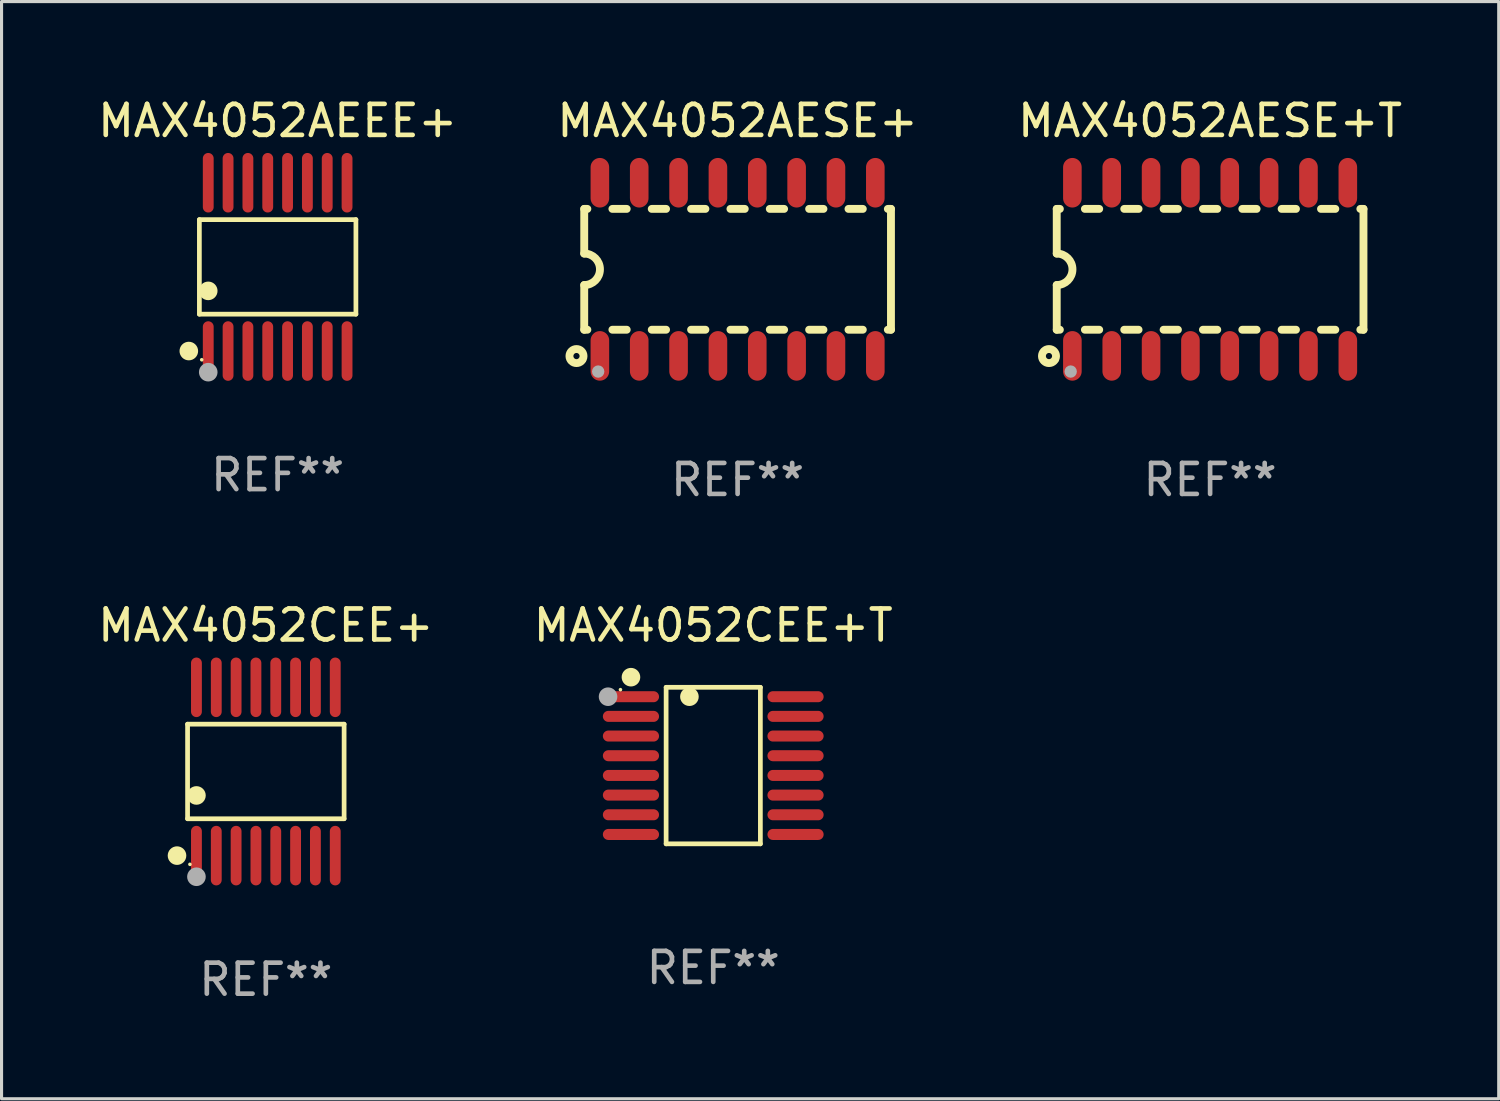
<source format=kicad_pcb>
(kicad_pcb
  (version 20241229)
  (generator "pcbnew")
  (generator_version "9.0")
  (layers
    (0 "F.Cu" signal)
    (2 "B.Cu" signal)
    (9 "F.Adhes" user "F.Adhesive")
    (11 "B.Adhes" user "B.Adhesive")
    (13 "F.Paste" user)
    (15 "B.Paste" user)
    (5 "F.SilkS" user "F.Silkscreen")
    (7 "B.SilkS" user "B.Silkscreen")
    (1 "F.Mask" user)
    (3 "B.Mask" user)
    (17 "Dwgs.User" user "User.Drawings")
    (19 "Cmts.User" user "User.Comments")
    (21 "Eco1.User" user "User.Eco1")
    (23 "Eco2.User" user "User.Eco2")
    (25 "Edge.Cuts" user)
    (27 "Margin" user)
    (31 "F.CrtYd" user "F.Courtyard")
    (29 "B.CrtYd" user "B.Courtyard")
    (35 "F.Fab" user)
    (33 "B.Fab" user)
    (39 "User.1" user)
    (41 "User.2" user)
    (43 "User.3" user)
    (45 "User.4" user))
  (footprint "MAX4052CEE+T"
    (layer "F.Cu")
    (at 19.97 21.659)
    (property "Reference" "MAX4052CEE+T" (at 0 -4.526 0) (layer "F.SilkS") (effects (font (size 1 1) (thickness 0.15))))
    (attr through_hole)
    (fp_line (start -1.521 -2.526) (end 1.521 -2.526) (stroke (width 0.152) (type solid)) (layer "F.SilkS"))
    (fp_line (start -1.521 2.526) (end -1.521 -2.526) (stroke (width 0.152) (type solid)) (layer "F.SilkS"))
    (fp_line (start 1.521 -2.526) (end 1.521 2.526) (stroke (width 0.152) (type solid)) (layer "F.SilkS"))
    (fp_line (start 1.521 2.526) (end -1.521 2.526) (stroke (width 0.152) (type solid)) (layer "F.SilkS"))
    (fp_circle (center -2.995 -2.45) (end -2.965 -2.45) (stroke (width 0.06) (type solid)) (fill no) (layer "F.SilkS"))
    (fp_circle (center -2.656 -2.853) (end -2.506 -2.853) (stroke (width 0.3) (type solid)) (fill no) (layer "F.SilkS"))
    (fp_circle (center -0.769 -2.223) (end -0.619 -2.223) (stroke (width 0.3) (type solid)) (fill no) (layer "F.SilkS"))
    (fp_circle (center -3.395 -2.223) (end -3.245 -2.223) (stroke (width 0.3) (type solid)) (fill no) (layer "F.Fab"))
    (fp_text user "REF**" (at 0 6.526 0) (layer "F.Fab") (effects (font (size 1 1) (thickness 0.15))))
    (pad "1" smd oval (at -2.656 -2.223 270) (size 0.356 1.813) (layers "F.Cu" "F.Mask" "F.Paste"))
    (pad "2" smd oval (at -2.656 -1.588 270) (size 0.356 1.813) (layers "F.Cu" "F.Mask" "F.Paste"))
    (pad "3" smd oval (at -2.656 -0.953 270) (size 0.356 1.813) (layers "F.Cu" "F.Mask" "F.Paste"))
    (pad "4" smd oval (at -2.656 -0.318 270) (size 0.356 1.813) (layers "F.Cu" "F.Mask" "F.Paste"))
    (pad "5" smd oval (at -2.656 0.318 270) (size 0.356 1.813) (layers "F.Cu" "F.Mask" "F.Paste"))
    (pad "6" smd oval (at -2.656 0.953 270) (size 0.356 1.813) (layers "F.Cu" "F.Mask" "F.Paste"))
    (pad "7" smd oval (at -2.656 1.588 270) (size 0.356 1.813) (layers "F.Cu" "F.Mask" "F.Paste"))
    (pad "8" smd oval (at -2.656 2.223 270) (size 0.356 1.813) (layers "F.Cu" "F.Mask" "F.Paste"))
    (pad "9" smd oval (at 2.656 2.223 270) (size 0.356 1.813) (layers "F.Cu" "F.Mask" "F.Paste"))
    (pad "10" smd oval (at 2.656 1.588 270) (size 0.356 1.813) (layers "F.Cu" "F.Mask" "F.Paste"))
    (pad "11" smd oval (at 2.656 0.953 270) (size 0.356 1.813) (layers "F.Cu" "F.Mask" "F.Paste"))
    (pad "12" smd oval (at 2.656 0.318 270) (size 0.356 1.813) (layers "F.Cu" "F.Mask" "F.Paste"))
    (pad "13" smd oval (at 2.656 -0.318 270) (size 0.356 1.813) (layers "F.Cu" "F.Mask" "F.Paste"))
    (pad "14" smd oval (at 2.656 -0.953 270) (size 0.356 1.813) (layers "F.Cu" "F.Mask" "F.Paste"))
    (pad "15" smd oval (at 2.656 -1.588 270) (size 0.356 1.813) (layers "F.Cu" "F.Mask" "F.Paste"))
    (pad "16" smd oval (at 2.656 -2.223 270) (size 0.356 1.813) (layers "F.Cu" "F.Mask" "F.Paste")))
  (footprint "MAX4052AESE+"
    (layer "F.Cu")
    (at 20.756 5.642)
    (property "Reference" "MAX4052AESE+" (at 0 -4.794 0) (layer "F.SilkS") (effects (font (size 1 1) (thickness 0.15))))
    (attr through_hole)
    (fp_line (start -4.95 -1.95) (end -4.95 -0.508) (stroke (width 0.254) (type solid)) (layer "F.SilkS"))
    (fp_line (start -4.95 -1.95) (end -4.849 -1.95) (stroke (width 0.254) (type solid)) (layer "F.SilkS"))
    (fp_line (start -4.95 1.95) (end -4.95 0.508) (stroke (width 0.254) (type solid)) (layer "F.SilkS"))
    (fp_line (start -4.95 1.95) (end -4.849 1.95) (stroke (width 0.254) (type solid)) (layer "F.SilkS"))
    (fp_line (start -4.041 -1.95) (end -3.579 -1.95) (stroke (width 0.254) (type solid)) (layer "F.SilkS"))
    (fp_line (start -4.041 1.95) (end -3.579 1.95) (stroke (width 0.254) (type solid)) (layer "F.SilkS"))
    (fp_line (start -2.771 -1.95) (end -2.309 -1.95) (stroke (width 0.254) (type solid)) (layer "F.SilkS"))
    (fp_line (start -2.771 1.95) (end -2.309 1.95) (stroke (width 0.254) (type solid)) (layer "F.SilkS"))
    (fp_line (start -1.501 -1.95) (end -1.039 -1.95) (stroke (width 0.254) (type solid)) (layer "F.SilkS"))
    (fp_line (start -1.501 1.95) (end -1.039 1.95) (stroke (width 0.254) (type solid)) (layer "F.SilkS"))
    (fp_line (start -0.231 -1.95) (end 0.231 -1.95) (stroke (width 0.254) (type solid)) (layer "F.SilkS"))
    (fp_line (start -0.231 1.95) (end 0.231 1.95) (stroke (width 0.254) (type solid)) (layer "F.SilkS"))
    (fp_line (start 1.039 -1.95) (end 1.501 -1.95) (stroke (width 0.254) (type solid)) (layer "F.SilkS"))
    (fp_line (start 1.039 1.95) (end 1.501 1.95) (stroke (width 0.254) (type solid)) (layer "F.SilkS"))
    (fp_line (start 2.309 -1.95) (end 2.771 -1.95) (stroke (width 0.254) (type solid)) (layer "F.SilkS"))
    (fp_line (start 2.309 1.95) (end 2.771 1.95) (stroke (width 0.254) (type solid)) (layer "F.SilkS"))
    (fp_line (start 3.579 -1.95) (end 4.041 -1.95) (stroke (width 0.254) (type solid)) (layer "F.SilkS"))
    (fp_line (start 3.579 1.95) (end 4.041 1.95) (stroke (width 0.254) (type solid)) (layer "F.SilkS"))
    (fp_line (start 4.849 -1.95) (end 4.95 -1.95) (stroke (width 0.254) (type solid)) (layer "F.SilkS"))
    (fp_line (start 4.849 1.95) (end 4.95 1.95) (stroke (width 0.254) (type solid)) (layer "F.SilkS"))
    (fp_line (start 4.95 -1.95) (end 4.95 1.95) (stroke (width 0.254) (type solid)) (layer "F.SilkS"))
    (fp_arc (start -4.95047 -0.508001) (mid -4.442469 -0.000228) (end -4.950013 0.508001) (stroke (width 0.254001) (type solid)) (layer "F.SilkS"))
    (fp_circle (center -5.2 2.8) (end -5.1 2.8) (stroke (width 0.254) (type solid)) (fill no) (layer "F.SilkS"))
    (fp_circle (center -4.95 2.947) (end -4.92 2.947) (stroke (width 0.06) (type solid)) (fill no) (layer "F.SilkS"))
    (fp_circle (center -4.5 3.3) (end -4.4 3.3) (stroke (width 0.2) (type solid)) (fill no) (layer "F.Fab"))
    (fp_text user "REF**" (at 0 6.794 0) (layer "F.Fab") (effects (font (size 1 1) (thickness 0.15))))
    (pad "1" smd oval (at -4.445 2.794) (size 0.6 1.6) (layers "F.Cu" "F.Mask" "F.Paste"))
    (pad "2" smd oval (at -3.175 2.794) (size 0.6 1.6) (layers "F.Cu" "F.Mask" "F.Paste"))
    (pad "3" smd oval (at -1.905 2.794) (size 0.6 1.6) (layers "F.Cu" "F.Mask" "F.Paste"))
    (pad "4" smd oval (at -0.635 2.794) (size 0.6 1.6) (layers "F.Cu" "F.Mask" "F.Paste"))
    (pad "5" smd oval (at 0.635 2.794) (size 0.6 1.6) (layers "F.Cu" "F.Mask" "F.Paste"))
    (pad "6" smd oval (at 1.905 2.794) (size 0.6 1.6) (layers "F.Cu" "F.Mask" "F.Paste"))
    (pad "7" smd oval (at 3.175 2.794) (size 0.6 1.6) (layers "F.Cu" "F.Mask" "F.Paste"))
    (pad "8" smd oval (at 4.445 2.794) (size 0.6 1.6) (layers "F.Cu" "F.Mask" "F.Paste"))
    (pad "9" smd oval (at 4.445 -2.794) (size 0.6 1.6) (layers "F.Cu" "F.Mask" "F.Paste"))
    (pad "10" smd oval (at 3.175 -2.794) (size 0.6 1.6) (layers "F.Cu" "F.Mask" "F.Paste"))
    (pad "11" smd oval (at 1.905 -2.794) (size 0.6 1.6) (layers "F.Cu" "F.Mask" "F.Paste"))
    (pad "12" smd oval (at 0.635 -2.794) (size 0.6 1.6) (layers "F.Cu" "F.Mask" "F.Paste"))
    (pad "13" smd oval (at -0.635 -2.794) (size 0.6 1.6) (layers "F.Cu" "F.Mask" "F.Paste"))
    (pad "14" smd oval (at -1.905 -2.794) (size 0.6 1.6) (layers "F.Cu" "F.Mask" "F.Paste"))
    (pad "15" smd oval (at -3.175 -2.794) (size 0.6 1.6) (layers "F.Cu" "F.Mask" "F.Paste"))
    (pad "16" smd oval (at -4.445 -2.794) (size 0.6 1.6) (layers "F.Cu" "F.Mask" "F.Paste")))
  (footprint "MAX4052CEE+"
    (layer "F.Cu")
    (at 5.53 21.849)
    (property "Reference" "MAX4052CEE+" (at 0 -4.716 0) (layer "F.SilkS") (effects (font (size 1 1) (thickness 0.15))))
    (attr through_hole)
    (fp_line (start -2.526 -1.526) (end 2.526 -1.526) (stroke (width 0.152) (type solid)) (layer "F.SilkS"))
    (fp_line (start -2.526 1.526) (end -2.526 -1.526) (stroke (width 0.152) (type solid)) (layer "F.SilkS"))
    (fp_line (start 2.526 -1.526) (end 2.526 1.526) (stroke (width 0.152) (type solid)) (layer "F.SilkS"))
    (fp_line (start 2.526 1.526) (end -2.526 1.526) (stroke (width 0.152) (type solid)) (layer "F.SilkS"))
    (fp_circle (center -2.867 2.716) (end -2.717 2.716) (stroke (width 0.3) (type solid)) (fill no) (layer "F.SilkS"))
    (fp_circle (center -2.45 2.997) (end -2.42 2.997) (stroke (width 0.06) (type solid)) (fill no) (layer "F.SilkS"))
    (fp_circle (center -2.24 0.774) (end -2.09 0.774) (stroke (width 0.3) (type solid)) (fill no) (layer "F.SilkS"))
    (fp_circle (center -2.24 3.398) (end -2.09 3.398) (stroke (width 0.3) (type solid)) (fill no) (layer "F.Fab"))
    (fp_text user "REF**" (at 0 6.716 0) (layer "F.Fab") (effects (font (size 1 1) (thickness 0.15))))
    (pad "1" smd oval (at -2.24 2.716) (size 0.35 1.922) (layers "F.Cu" "F.Mask" "F.Paste"))
    (pad "2" smd oval (at -1.6 2.716) (size 0.35 1.922) (layers "F.Cu" "F.Mask" "F.Paste"))
    (pad "3" smd oval (at -0.96 2.716) (size 0.35 1.922) (layers "F.Cu" "F.Mask" "F.Paste"))
    (pad "4" smd oval (at -0.32 2.716) (size 0.35 1.922) (layers "F.Cu" "F.Mask" "F.Paste"))
    (pad "5" smd oval (at 0.32 2.716) (size 0.35 1.922) (layers "F.Cu" "F.Mask" "F.Paste"))
    (pad "6" smd oval (at 0.96 2.716) (size 0.35 1.922) (layers "F.Cu" "F.Mask" "F.Paste"))
    (pad "7" smd oval (at 1.6 2.716) (size 0.35 1.922) (layers "F.Cu" "F.Mask" "F.Paste"))
    (pad "8" smd oval (at 2.24 2.716) (size 0.35 1.922) (layers "F.Cu" "F.Mask" "F.Paste"))
    (pad "9" smd oval (at 2.24 -2.716) (size 0.35 1.922) (layers "F.Cu" "F.Mask" "F.Paste"))
    (pad "10" smd oval (at 1.6 -2.716) (size 0.35 1.922) (layers "F.Cu" "F.Mask" "F.Paste"))
    (pad "11" smd oval (at 0.96 -2.716) (size 0.35 1.922) (layers "F.Cu" "F.Mask" "F.Paste"))
    (pad "12" smd oval (at 0.32 -2.716) (size 0.35 1.922) (layers "F.Cu" "F.Mask" "F.Paste"))
    (pad "13" smd oval (at -0.32 -2.716) (size 0.35 1.922) (layers "F.Cu" "F.Mask" "F.Paste"))
    (pad "14" smd oval (at -0.96 -2.716) (size 0.35 1.922) (layers "F.Cu" "F.Mask" "F.Paste"))
    (pad "15" smd oval (at -1.6 -2.716) (size 0.35 1.922) (layers "F.Cu" "F.Mask" "F.Paste"))
    (pad "16" smd oval (at -2.24 -2.716) (size 0.35 1.922) (layers "F.Cu" "F.Mask" "F.Paste")))
  (footprint "MAX4052AEEE+"
    (layer "F.Cu")
    (at 5.911 5.564)
    (property "Reference" "MAX4052AEEE+" (at 0 -4.716 0) (layer "F.SilkS") (effects (font (size 1 1) (thickness 0.15))))
    (attr through_hole)
    (fp_line (start -2.526 -1.526) (end 2.526 -1.526) (stroke (width 0.152) (type solid)) (layer "F.SilkS"))
    (fp_line (start -2.526 1.526) (end -2.526 -1.526) (stroke (width 0.152) (type solid)) (layer "F.SilkS"))
    (fp_line (start 2.526 -1.526) (end 2.526 1.526) (stroke (width 0.152) (type solid)) (layer "F.SilkS"))
    (fp_line (start 2.526 1.526) (end -2.526 1.526) (stroke (width 0.152) (type solid)) (layer "F.SilkS"))
    (fp_circle (center -2.867 2.716) (end -2.717 2.716) (stroke (width 0.3) (type solid)) (fill no) (layer "F.SilkS"))
    (fp_circle (center -2.45 2.997) (end -2.42 2.997) (stroke (width 0.06) (type solid)) (fill no) (layer "F.SilkS"))
    (fp_circle (center -2.24 0.774) (end -2.09 0.774) (stroke (width 0.3) (type solid)) (fill no) (layer "F.SilkS"))
    (fp_circle (center -2.24 3.398) (end -2.09 3.398) (stroke (width 0.3) (type solid)) (fill no) (layer "F.Fab"))
    (fp_text user "REF**" (at 0 6.716 0) (layer "F.Fab") (effects (font (size 1 1) (thickness 0.15))))
    (pad "1" smd oval (at -2.24 2.716) (size 0.35 1.922) (layers "F.Cu" "F.Mask" "F.Paste"))
    (pad "2" smd oval (at -1.6 2.716) (size 0.35 1.922) (layers "F.Cu" "F.Mask" "F.Paste"))
    (pad "3" smd oval (at -0.96 2.716) (size 0.35 1.922) (layers "F.Cu" "F.Mask" "F.Paste"))
    (pad "4" smd oval (at -0.32 2.716) (size 0.35 1.922) (layers "F.Cu" "F.Mask" "F.Paste"))
    (pad "5" smd oval (at 0.32 2.716) (size 0.35 1.922) (layers "F.Cu" "F.Mask" "F.Paste"))
    (pad "6" smd oval (at 0.96 2.716) (size 0.35 1.922) (layers "F.Cu" "F.Mask" "F.Paste"))
    (pad "7" smd oval (at 1.6 2.716) (size 0.35 1.922) (layers "F.Cu" "F.Mask" "F.Paste"))
    (pad "8" smd oval (at 2.24 2.716) (size 0.35 1.922) (layers "F.Cu" "F.Mask" "F.Paste"))
    (pad "9" smd oval (at 2.24 -2.716) (size 0.35 1.922) (layers "F.Cu" "F.Mask" "F.Paste"))
    (pad "10" smd oval (at 1.6 -2.716) (size 0.35 1.922) (layers "F.Cu" "F.Mask" "F.Paste"))
    (pad "11" smd oval (at 0.96 -2.716) (size 0.35 1.922) (layers "F.Cu" "F.Mask" "F.Paste"))
    (pad "12" smd oval (at 0.32 -2.716) (size 0.35 1.922) (layers "F.Cu" "F.Mask" "F.Paste"))
    (pad "13" smd oval (at -0.32 -2.716) (size 0.35 1.922) (layers "F.Cu" "F.Mask" "F.Paste"))
    (pad "14" smd oval (at -0.96 -2.716) (size 0.35 1.922) (layers "F.Cu" "F.Mask" "F.Paste"))
    (pad "15" smd oval (at -1.6 -2.716) (size 0.35 1.922) (layers "F.Cu" "F.Mask" "F.Paste"))
    (pad "16" smd oval (at -2.24 -2.716) (size 0.35 1.922) (layers "F.Cu" "F.Mask" "F.Paste")))
  (footprint "MAX4052AESE+T"
    (layer "F.Cu")
    (at 36.006 5.642)
    (property "Reference" "MAX4052AESE+T" (at 0 -4.794 0) (layer "F.SilkS") (effects (font (size 1 1) (thickness 0.15))))
    (attr through_hole)
    (fp_line (start -4.95 -1.95) (end -4.95 -0.508) (stroke (width 0.254) (type solid)) (layer "F.SilkS"))
    (fp_line (start -4.95 -1.95) (end -4.849 -1.95) (stroke (width 0.254) (type solid)) (layer "F.SilkS"))
    (fp_line (start -4.95 1.95) (end -4.95 0.508) (stroke (width 0.254) (type solid)) (layer "F.SilkS"))
    (fp_line (start -4.95 1.95) (end -4.849 1.95) (stroke (width 0.254) (type solid)) (layer "F.SilkS"))
    (fp_line (start -4.041 -1.95) (end -3.579 -1.95) (stroke (width 0.254) (type solid)) (layer "F.SilkS"))
    (fp_line (start -4.041 1.95) (end -3.579 1.95) (stroke (width 0.254) (type solid)) (layer "F.SilkS"))
    (fp_line (start -2.771 -1.95) (end -2.309 -1.95) (stroke (width 0.254) (type solid)) (layer "F.SilkS"))
    (fp_line (start -2.771 1.95) (end -2.309 1.95) (stroke (width 0.254) (type solid)) (layer "F.SilkS"))
    (fp_line (start -1.501 -1.95) (end -1.039 -1.95) (stroke (width 0.254) (type solid)) (layer "F.SilkS"))
    (fp_line (start -1.501 1.95) (end -1.039 1.95) (stroke (width 0.254) (type solid)) (layer "F.SilkS"))
    (fp_line (start -0.231 -1.95) (end 0.231 -1.95) (stroke (width 0.254) (type solid)) (layer "F.SilkS"))
    (fp_line (start -0.231 1.95) (end 0.231 1.95) (stroke (width 0.254) (type solid)) (layer "F.SilkS"))
    (fp_line (start 1.039 -1.95) (end 1.501 -1.95) (stroke (width 0.254) (type solid)) (layer "F.SilkS"))
    (fp_line (start 1.039 1.95) (end 1.501 1.95) (stroke (width 0.254) (type solid)) (layer "F.SilkS"))
    (fp_line (start 2.309 -1.95) (end 2.771 -1.95) (stroke (width 0.254) (type solid)) (layer "F.SilkS"))
    (fp_line (start 2.309 1.95) (end 2.771 1.95) (stroke (width 0.254) (type solid)) (layer "F.SilkS"))
    (fp_line (start 3.579 -1.95) (end 4.041 -1.95) (stroke (width 0.254) (type solid)) (layer "F.SilkS"))
    (fp_line (start 3.579 1.95) (end 4.041 1.95) (stroke (width 0.254) (type solid)) (layer "F.SilkS"))
    (fp_line (start 4.849 -1.95) (end 4.95 -1.95) (stroke (width 0.254) (type solid)) (layer "F.SilkS"))
    (fp_line (start 4.849 1.95) (end 4.95 1.95) (stroke (width 0.254) (type solid)) (layer "F.SilkS"))
    (fp_line (start 4.95 -1.95) (end 4.95 1.95) (stroke (width 0.254) (type solid)) (layer "F.SilkS"))
    (fp_arc (start -4.95047 -0.508001) (mid -4.442469 -0.000228) (end -4.950013 0.508001) (stroke (width 0.254001) (type solid)) (layer "F.SilkS"))
    (fp_circle (center -5.2 2.8) (end -5.1 2.8) (stroke (width 0.254) (type solid)) (fill no) (layer "F.SilkS"))
    (fp_circle (center -4.95 2.947) (end -4.92 2.947) (stroke (width 0.06) (type solid)) (fill no) (layer "F.SilkS"))
    (fp_circle (center -4.5 3.3) (end -4.4 3.3) (stroke (width 0.2) (type solid)) (fill no) (layer "F.Fab"))
    (fp_text user "REF**" (at 0 6.794 0) (layer "F.Fab") (effects (font (size 1 1) (thickness 0.15))))
    (pad "1" smd oval (at -4.445 2.794) (size 0.6 1.6) (layers "F.Cu" "F.Mask" "F.Paste"))
    (pad "2" smd oval (at -3.175 2.794) (size 0.6 1.6) (layers "F.Cu" "F.Mask" "F.Paste"))
    (pad "3" smd oval (at -1.905 2.794) (size 0.6 1.6) (layers "F.Cu" "F.Mask" "F.Paste"))
    (pad "4" smd oval (at -0.635 2.794) (size 0.6 1.6) (layers "F.Cu" "F.Mask" "F.Paste"))
    (pad "5" smd oval (at 0.635 2.794) (size 0.6 1.6) (layers "F.Cu" "F.Mask" "F.Paste"))
    (pad "6" smd oval (at 1.905 2.794) (size 0.6 1.6) (layers "F.Cu" "F.Mask" "F.Paste"))
    (pad "7" smd oval (at 3.175 2.794) (size 0.6 1.6) (layers "F.Cu" "F.Mask" "F.Paste"))
    (pad "8" smd oval (at 4.445 2.794) (size 0.6 1.6) (layers "F.Cu" "F.Mask" "F.Paste"))
    (pad "9" smd oval (at 4.445 -2.794) (size 0.6 1.6) (layers "F.Cu" "F.Mask" "F.Paste"))
    (pad "10" smd oval (at 3.175 -2.794) (size 0.6 1.6) (layers "F.Cu" "F.Mask" "F.Paste"))
    (pad "11" smd oval (at 1.905 -2.794) (size 0.6 1.6) (layers "F.Cu" "F.Mask" "F.Paste"))
    (pad "12" smd oval (at 0.635 -2.794) (size 0.6 1.6) (layers "F.Cu" "F.Mask" "F.Paste"))
    (pad "13" smd oval (at -0.635 -2.794) (size 0.6 1.6) (layers "F.Cu" "F.Mask" "F.Paste"))
    (pad "14" smd oval (at -1.905 -2.794) (size 0.6 1.6) (layers "F.Cu" "F.Mask" "F.Paste"))
    (pad "15" smd oval (at -3.175 -2.794) (size 0.6 1.6) (layers "F.Cu" "F.Mask" "F.Paste"))
    (pad "16" smd oval (at -4.445 -2.794) (size 0.6 1.6) (layers "F.Cu" "F.Mask" "F.Paste")))
  (gr_rect
    (start -3 -3)
    (end 45.321 32.413)
    (stroke (width 0.1) (type default))
    (fill no)
    (layer "Edge.Cuts")))
</source>
